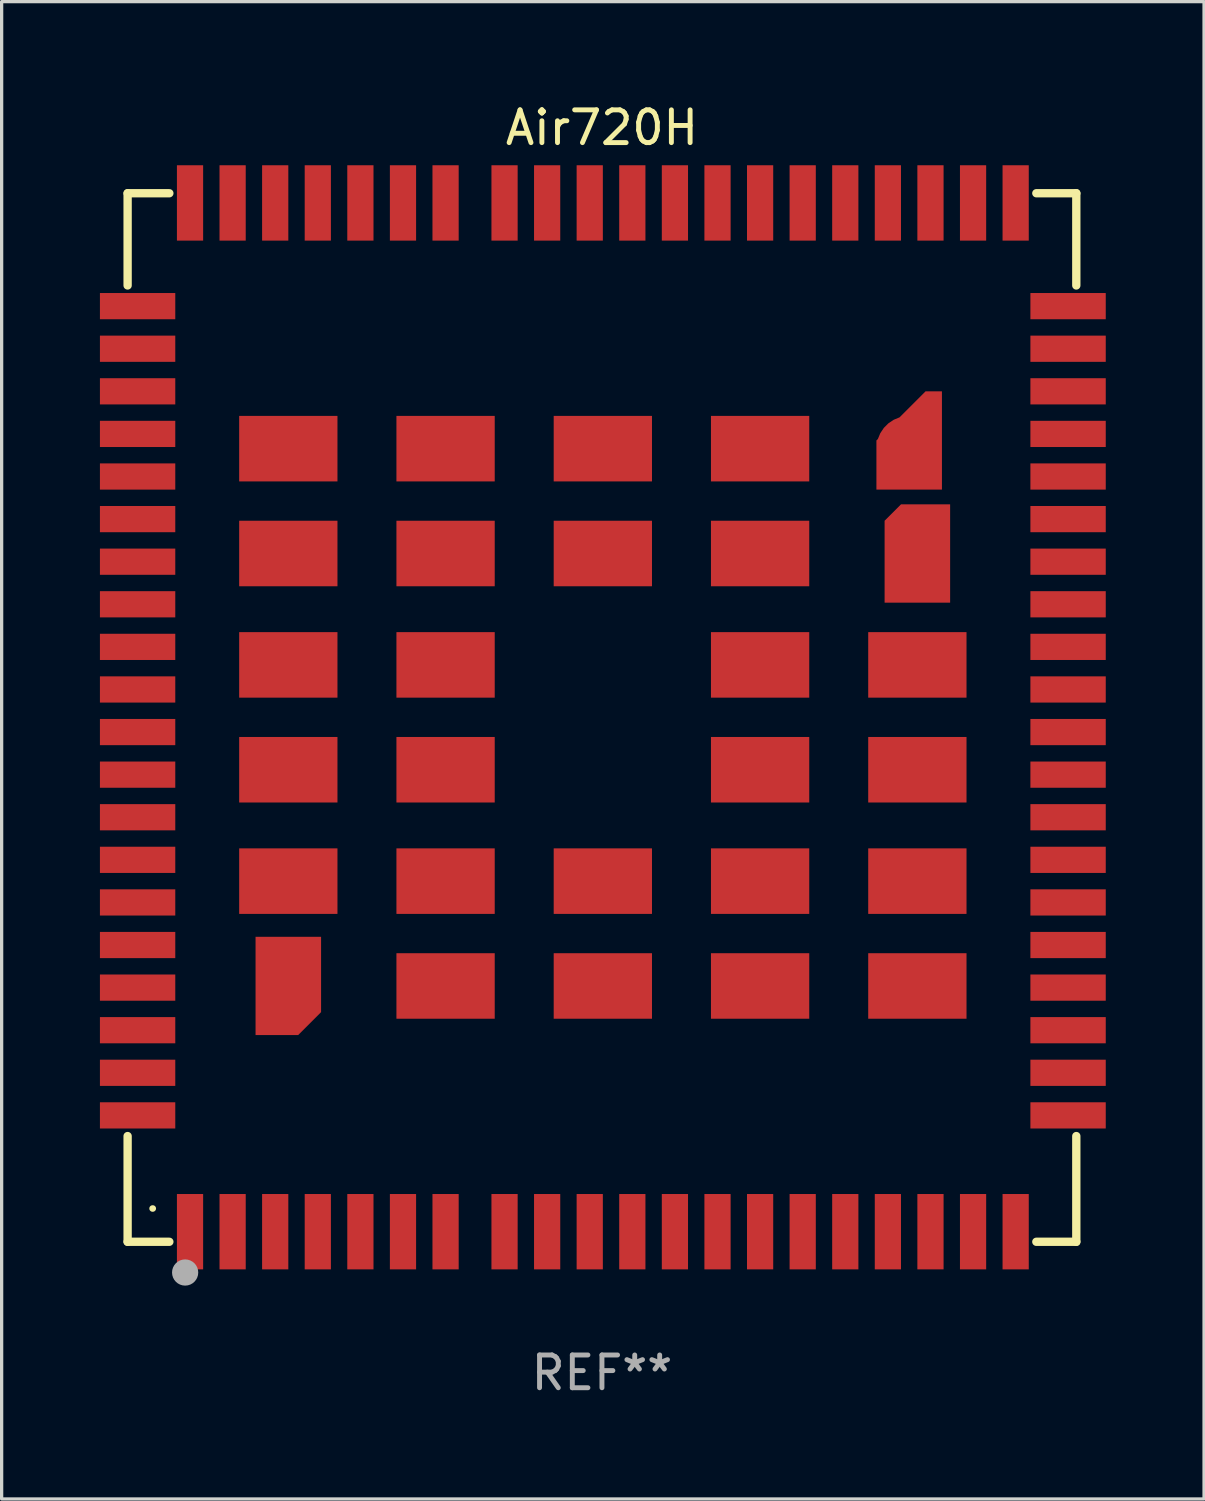
<source format=kicad_pcb>
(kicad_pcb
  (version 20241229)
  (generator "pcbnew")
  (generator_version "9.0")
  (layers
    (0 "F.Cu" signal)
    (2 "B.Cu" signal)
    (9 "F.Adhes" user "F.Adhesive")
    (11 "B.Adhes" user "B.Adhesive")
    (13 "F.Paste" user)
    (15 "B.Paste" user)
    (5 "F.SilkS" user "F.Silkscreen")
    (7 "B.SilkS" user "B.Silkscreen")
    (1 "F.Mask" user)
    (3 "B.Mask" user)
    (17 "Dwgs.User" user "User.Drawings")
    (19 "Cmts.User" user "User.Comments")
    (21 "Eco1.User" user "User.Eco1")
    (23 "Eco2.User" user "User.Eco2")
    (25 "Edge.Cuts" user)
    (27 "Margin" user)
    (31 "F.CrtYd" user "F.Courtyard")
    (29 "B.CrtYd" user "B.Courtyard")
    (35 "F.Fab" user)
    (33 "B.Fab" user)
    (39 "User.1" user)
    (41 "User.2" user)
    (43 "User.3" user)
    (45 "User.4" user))
  (footprint "Air720H"
    (layer "F.Cu")
    (at 15.323 18.85)
    (property "Reference" "Air720H" (at 0 -18.002 0) (layer "F.SilkS") (effects (font (size 1 1) (thickness 0.15))))
    (attr through_hole)
    (fp_line (start -14.478 -16.002) (end -13.204 -16.002) (stroke (width 0.254) (type solid)) (layer "F.SilkS"))
    (fp_line (start -14.478 -13.187) (end -14.478 -16.002) (stroke (width 0.254) (type solid)) (layer "F.SilkS"))
    (fp_line (start -14.478 16.002) (end -14.478 12.775) (stroke (width 0.254) (type solid)) (layer "F.SilkS"))
    (fp_line (start -13.204 16.002) (end -14.478 16.002) (stroke (width 0.254) (type solid)) (layer "F.SilkS"))
    (fp_line (start 13.258 -16.002) (end 14.478 -16.002) (stroke (width 0.254) (type solid)) (layer "F.SilkS"))
    (fp_line (start 14.478 -16.002) (end 14.478 -13.187) (stroke (width 0.254) (type solid)) (layer "F.SilkS"))
    (fp_line (start 14.478 12.775) (end 14.478 16.002) (stroke (width 0.254) (type solid)) (layer "F.SilkS"))
    (fp_line (start 14.478 16.002) (end 13.258 16.002) (stroke (width 0.254) (type solid)) (layer "F.SilkS"))
    (fp_arc (start -13.716027 14.986055) (mid -13.713221 14.98604) (end -13.710414 14.986055) (stroke (width 0.199898) (type solid)) (layer "F.SilkS"))
    (fp_circle (center -14.473 15.994) (end -14.443 15.994) (stroke (width 0.06) (type solid)) (fill no) (layer "F.SilkS"))
    (fp_circle (center -12.722 16.94) (end -12.522 16.94) (stroke (width 0.4) (type solid)) (fill no) (layer "F.Fab"))
    (fp_text user "REF**" (at 0 20.002 0) (layer "F.Fab") (effects (font (size 1 1) (thickness 0.15))))
    (pad "1" smd rect (at -12.573 15.694) (size 0.8 2.3) (layers "F.Cu" "F.Mask" "F.Paste"))
    (pad "2" smd rect (at -11.273 15.694) (size 0.8 2.3) (layers "F.Cu" "F.Mask" "F.Paste"))
    (pad "3" smd rect (at -9.973 15.694) (size 0.8 2.3) (layers "F.Cu" "F.Mask" "F.Paste"))
    (pad "4" smd rect (at -8.673 15.694) (size 0.8 2.3) (layers "F.Cu" "F.Mask" "F.Paste"))
    (pad "5" smd rect (at -7.373 15.694) (size 0.8 2.3) (layers "F.Cu" "F.Mask" "F.Paste"))
    (pad "6" smd rect (at -6.073 15.694) (size 0.8 2.3) (layers "F.Cu" "F.Mask" "F.Paste"))
    (pad "7" smd rect (at -4.773 15.694) (size 0.8 2.3) (layers "F.Cu" "F.Mask" "F.Paste"))
    (pad "8" smd rect (at -0.373 15.694) (size 0.8 2.3) (layers "F.Cu" "F.Mask" "F.Paste"))
    (pad "9" smd rect (at 0.927 15.694) (size 0.8 2.3) (layers "F.Cu" "F.Mask" "F.Paste"))
    (pad "10" smd rect (at 2.227 15.694) (size 0.8 2.3) (layers "F.Cu" "F.Mask" "F.Paste"))
    (pad "11" smd rect (at 3.527 15.694) (size 0.8 2.3) (layers "F.Cu" "F.Mask" "F.Paste"))
    (pad "12" smd rect (at 4.827 15.694) (size 0.8 2.3) (layers "F.Cu" "F.Mask" "F.Paste"))
    (pad "13" smd rect (at 6.127 15.694) (size 0.8 2.3) (layers "F.Cu" "F.Mask" "F.Paste"))
    (pad "14" smd rect (at 7.427 15.694) (size 0.8 2.3) (layers "F.Cu" "F.Mask" "F.Paste"))
    (pad "15" smd rect (at 8.727 15.694) (size 0.8 2.3) (layers "F.Cu" "F.Mask" "F.Paste"))
    (pad "16" smd rect (at 10.027 15.694) (size 0.8 2.3) (layers "F.Cu" "F.Mask" "F.Paste"))
    (pad "17" smd rect (at 11.327 15.694) (size 0.8 2.3) (layers "F.Cu" "F.Mask" "F.Paste"))
    (pad "18" smd rect (at 12.627 15.694) (size 0.8 2.3) (layers "F.Cu" "F.Mask" "F.Paste"))
    (pad "19" smd rect (at 14.227 9.544) (size 2.3 0.8) (layers "F.Cu" "F.Mask" "F.Paste"))
    (pad "20" smd rect (at 14.227 8.244) (size 2.3 0.8) (layers "F.Cu" "F.Mask" "F.Paste"))
    (pad "21" smd rect (at 14.227 6.944) (size 2.3 0.8) (layers "F.Cu" "F.Mask" "F.Paste"))
    (pad "22" smd rect (at 14.227 5.644) (size 2.3 0.8) (layers "F.Cu" "F.Mask" "F.Paste"))
    (pad "23" smd rect (at 14.227 4.344) (size 2.3 0.8) (layers "F.Cu" "F.Mask" "F.Paste"))
    (pad "24" smd rect (at 14.227 3.044) (size 2.3 0.8) (layers "F.Cu" "F.Mask" "F.Paste"))
    (pad "25" smd rect (at 14.227 1.744) (size 2.3 0.8) (layers "F.Cu" "F.Mask" "F.Paste"))
    (pad "26" smd rect (at 14.227 0.444) (size 2.3 0.8) (layers "F.Cu" "F.Mask" "F.Paste"))
    (pad "27" smd rect (at 14.227 -0.856) (size 2.3 0.8) (layers "F.Cu" "F.Mask" "F.Paste"))
    (pad "28" smd rect (at 14.227 -2.156) (size 2.3 0.8) (layers "F.Cu" "F.Mask" "F.Paste"))
    (pad "29" smd rect (at 14.227 -3.456) (size 2.3 0.8) (layers "F.Cu" "F.Mask" "F.Paste"))
    (pad "30" smd rect (at 14.227 -4.756) (size 2.3 0.8) (layers "F.Cu" "F.Mask" "F.Paste"))
    (pad "31" smd rect (at 14.227 -6.056) (size 2.3 0.8) (layers "F.Cu" "F.Mask" "F.Paste"))
    (pad "32" smd rect (at 14.227 -7.356) (size 2.3 0.8) (layers "F.Cu" "F.Mask" "F.Paste"))
    (pad "33" smd rect (at 14.227 -8.656) (size 2.3 0.8) (layers "F.Cu" "F.Mask" "F.Paste"))
    (pad "34" smd rect (at 14.227 -9.956) (size 2.3 0.8) (layers "F.Cu" "F.Mask" "F.Paste"))
    (pad "35" smd rect (at 14.227 -11.256) (size 2.3 0.8) (layers "F.Cu" "F.Mask" "F.Paste"))
    (pad "36" smd rect (at 14.227 -12.556) (size 2.3 0.8) (layers "F.Cu" "F.Mask" "F.Paste"))
    (pad "37" smd rect (at 12.627 -15.706) (size 0.8 2.3) (layers "F.Cu" "F.Mask" "F.Paste"))
    (pad "38" smd rect (at 11.327 -15.706) (size 0.8 2.3) (layers "F.Cu" "F.Mask" "F.Paste"))
    (pad "39" smd rect (at 10.027 -15.706) (size 0.8 2.3) (layers "F.Cu" "F.Mask" "F.Paste"))
    (pad "40" smd rect (at 8.727 -15.706) (size 0.8 2.3) (layers "F.Cu" "F.Mask" "F.Paste"))
    (pad "41" smd rect (at 7.427 -15.706) (size 0.8 2.3) (layers "F.Cu" "F.Mask" "F.Paste"))
    (pad "42" smd rect (at 6.127 -15.706) (size 0.8 2.3) (layers "F.Cu" "F.Mask" "F.Paste"))
    (pad "43" smd rect (at 4.827 -15.706) (size 0.8 2.3) (layers "F.Cu" "F.Mask" "F.Paste"))
    (pad "44" smd rect (at 3.527 -15.706) (size 0.8 2.3) (layers "F.Cu" "F.Mask" "F.Paste"))
    (pad "45" smd rect (at 2.227 -15.706) (size 0.8 2.3) (layers "F.Cu" "F.Mask" "F.Paste"))
    (pad "46" smd rect (at 0.927 -15.706) (size 0.8 2.3) (layers "F.Cu" "F.Mask" "F.Paste"))
    (pad "47" smd rect (at -0.373 -15.706) (size 0.8 2.3) (layers "F.Cu" "F.Mask" "F.Paste"))
    (pad "48" smd rect (at -4.773 -15.706) (size 0.8 2.3) (layers "F.Cu" "F.Mask" "F.Paste"))
    (pad "49" smd rect (at -6.073 -15.706) (size 0.8 2.3) (layers "F.Cu" "F.Mask" "F.Paste"))
    (pad "50" smd rect (at -7.373 -15.706) (size 0.8 2.3) (layers "F.Cu" "F.Mask" "F.Paste"))
    (pad "51" smd rect (at -8.673 -15.706) (size 0.8 2.3) (layers "F.Cu" "F.Mask" "F.Paste"))
    (pad "52" smd rect (at -9.973 -15.706) (size 0.8 2.3) (layers "F.Cu" "F.Mask" "F.Paste"))
    (pad "53" smd rect (at -11.273 -15.706) (size 0.8 2.3) (layers "F.Cu" "F.Mask" "F.Paste"))
    (pad "54" smd rect (at -12.573 -15.706) (size 0.8 2.3) (layers "F.Cu" "F.Mask" "F.Paste"))
    (pad "55" smd rect (at -14.173 -12.556) (size 2.3 0.8) (layers "F.Cu" "F.Mask" "F.Paste"))
    (pad "56" smd rect (at -14.173 -11.256) (size 2.3 0.8) (layers "F.Cu" "F.Mask" "F.Paste"))
    (pad "57" smd rect (at -14.173 -9.956) (size 2.3 0.8) (layers "F.Cu" "F.Mask" "F.Paste"))
    (pad "58" smd rect (at -14.173 -8.656) (size 2.3 0.8) (layers "F.Cu" "F.Mask" "F.Paste"))
    (pad "59" smd rect (at -14.173 -7.356) (size 2.3 0.8) (layers "F.Cu" "F.Mask" "F.Paste"))
    (pad "60" smd rect (at -14.173 -6.056) (size 2.3 0.8) (layers "F.Cu" "F.Mask" "F.Paste"))
    (pad "61" smd rect (at -14.173 -4.756) (size 2.3 0.8) (layers "F.Cu" "F.Mask" "F.Paste"))
    (pad "62" smd rect (at -14.173 -3.456) (size 2.3 0.8) (layers "F.Cu" "F.Mask" "F.Paste"))
    (pad "63" smd rect (at -14.173 -2.156) (size 2.3 0.8) (layers "F.Cu" "F.Mask" "F.Paste"))
    (pad "64" smd rect (at -14.173 -0.856) (size 2.3 0.8) (layers "F.Cu" "F.Mask" "F.Paste"))
    (pad "65" smd rect (at -14.173 0.444) (size 2.3 0.8) (layers "F.Cu" "F.Mask" "F.Paste"))
    (pad "66" smd rect (at -14.173 1.744) (size 2.3 0.8) (layers "F.Cu" "F.Mask" "F.Paste"))
    (pad "67" smd rect (at -14.173 3.044) (size 2.3 0.8) (layers "F.Cu" "F.Mask" "F.Paste"))
    (pad "68" smd rect (at -14.173 4.344) (size 2.3 0.8) (layers "F.Cu" "F.Mask" "F.Paste"))
    (pad "69" smd rect (at -14.173 5.644) (size 2.3 0.8) (layers "F.Cu" "F.Mask" "F.Paste"))
    (pad "70" smd rect (at -14.173 6.944) (size 2.3 0.8) (layers "F.Cu" "F.Mask" "F.Paste"))
    (pad "71" smd rect (at -14.173 8.244) (size 2.3 0.8) (layers "F.Cu" "F.Mask" "F.Paste"))
    (pad "72" smd rect (at -14.173 9.544) (size 2.3 0.8) (layers "F.Cu" "F.Mask" "F.Paste"))
    (pad "85" smd rect (at -9.573 -8.206 180) (size 3 2) (layers "F.Cu" "F.Mask" "F.Paste"))
    (pad "86" smd rect (at -4.773 -8.206 180) (size 3 2) (layers "F.Cu" "F.Mask" "F.Paste"))
    (pad "87" smd rect (at 0.027 -8.206 180) (size 3 2) (layers "F.Cu" "F.Mask" "F.Paste"))
    (pad "88" smd rect (at 4.827 -8.206 180) (size 3 2) (layers "F.Cu" "F.Mask" "F.Paste"))
    (pad "89" smd custom (at 9.377 -8.206 90) (size 2 3) (layers "F.Cu" "F.Mask" "F.Paste") (options (anchor circle)) (primitives (gr_poly (pts (xy -1.25 1) (xy -1.25 -1) (xy 0.25 -1) (xy 1.75 0.5) (xy 1.75 1)) (width 0) (fill yes))))
    (pad "90" smd rect (at -9.573 -5.006 180) (size 3 2) (layers "F.Cu" "F.Mask" "F.Paste"))
    (pad "91" smd rect (at -4.773 -5.006 180) (size 3 2) (layers "F.Cu" "F.Mask" "F.Paste"))
    (pad "92" smd rect (at 0.027 -5.006 180) (size 3 2) (layers "F.Cu" "F.Mask" "F.Paste"))
    (pad "93" smd rect (at 4.827 -5.006 180) (size 3 2) (layers "F.Cu" "F.Mask" "F.Paste"))
    (pad "94" smd custom (at 9.627 -5.006 90) (size 2 3) (layers "F.Cu" "F.Mask" "F.Paste") (options (anchor circle)) (primitives (gr_poly (pts (xy -1.5 1) (xy -1.5 -1) (xy 1 -1) (xy 1.5 -0.5) (xy 1.5 1)) (width 0) (fill yes))))
    (pad "95" smd rect (at -9.573 -1.606 180) (size 3 2) (layers "F.Cu" "F.Mask" "F.Paste"))
    (pad "96" smd rect (at -4.773 -1.606 180) (size 3 2) (layers "F.Cu" "F.Mask" "F.Paste"))
    (pad "97" smd rect (at 4.827 -1.606 180) (size 3 2) (layers "F.Cu" "F.Mask" "F.Paste"))
    (pad "98" smd rect (at 9.627 -1.606 180) (size 3 2) (layers "F.Cu" "F.Mask" "F.Paste"))
    (pad "99" smd rect (at -9.573 1.594 180) (size 3 2) (layers "F.Cu" "F.Mask" "F.Paste"))
    (pad "100" smd rect (at -4.773 1.594 180) (size 3 2) (layers "F.Cu" "F.Mask" "F.Paste"))
    (pad "101" smd rect (at 4.827 1.594 180) (size 3 2) (layers "F.Cu" "F.Mask" "F.Paste"))
    (pad "102" smd rect (at 9.627 1.594 180) (size 3 2) (layers "F.Cu" "F.Mask" "F.Paste"))
    (pad "103" smd rect (at -9.573 4.994 180) (size 3 2) (layers "F.Cu" "F.Mask" "F.Paste"))
    (pad "104" smd rect (at -4.773 4.994 180) (size 3 2) (layers "F.Cu" "F.Mask" "F.Paste"))
    (pad "105" smd rect (at 0.027 4.994 180) (size 3 2) (layers "F.Cu" "F.Mask" "F.Paste"))
    (pad "106" smd rect (at 4.827 4.994 180) (size 3 2) (layers "F.Cu" "F.Mask" "F.Paste"))
    (pad "107" smd rect (at 9.627 4.994 180) (size 3 2) (layers "F.Cu" "F.Mask" "F.Paste"))
    (pad "108" smd custom (at -9.573 8.193 90) (size 2 3) (layers "F.Cu" "F.Mask" "F.Paste") (options (anchor circle)) (primitives (gr_poly (pts (xy -1.5 0.3) (xy -0.8 1) (xy 1.5 1) (xy 1.5 -1) (xy -1.5 -1)) (width 0) (fill yes))))
    (pad "109" smd rect (at -4.773 8.194 180) (size 3 2) (layers "F.Cu" "F.Mask" "F.Paste"))
    (pad "110" smd rect (at 0.027 8.194 180) (size 3 2) (layers "F.Cu" "F.Mask" "F.Paste"))
    (pad "111" smd rect (at 4.827 8.194 180) (size 3 2) (layers "F.Cu" "F.Mask" "F.Paste"))
    (pad "112" smd rect (at 9.627 8.194 180) (size 3 2) (layers "F.Cu" "F.Mask" "F.Paste"))
    (pad "113" smd rect (at -14.173 10.844) (size 2.3 0.8) (layers "F.Cu" "F.Mask" "F.Paste"))
    (pad "114" smd rect (at -14.173 12.144) (size 2.3 0.8) (layers "F.Cu" "F.Mask" "F.Paste"))
    (pad "115" smd rect (at 14.227 10.844) (size 2.3 0.8) (layers "F.Cu" "F.Mask" "F.Paste"))
    (pad "116" smd rect (at 14.227 12.144) (size 2.3 0.8) (layers "F.Cu" "F.Mask" "F.Paste"))
    (pad "141" smd rect (at -2.973 15.694) (size 0.8 2.3) (layers "F.Cu" "F.Mask" "F.Paste"))
    (pad "142" smd rect (at -1.673 15.694) (size 0.8 2.3) (layers "F.Cu" "F.Mask" "F.Paste"))
    (pad "143" smd rect (at -1.673 -15.706) (size 0.8 2.3) (layers "F.Cu" "F.Mask" "F.Paste"))
    (pad "144" smd rect (at -2.973 -15.706) (size 0.8 2.3) (layers "F.Cu" "F.Mask" "F.Paste")))
  (gr_rect
    (start -3 -3)
    (end 33.7 42.701)
    (stroke (width 0.1) (type default))
    (fill no)
    (layer "Edge.Cuts")))
</source>
